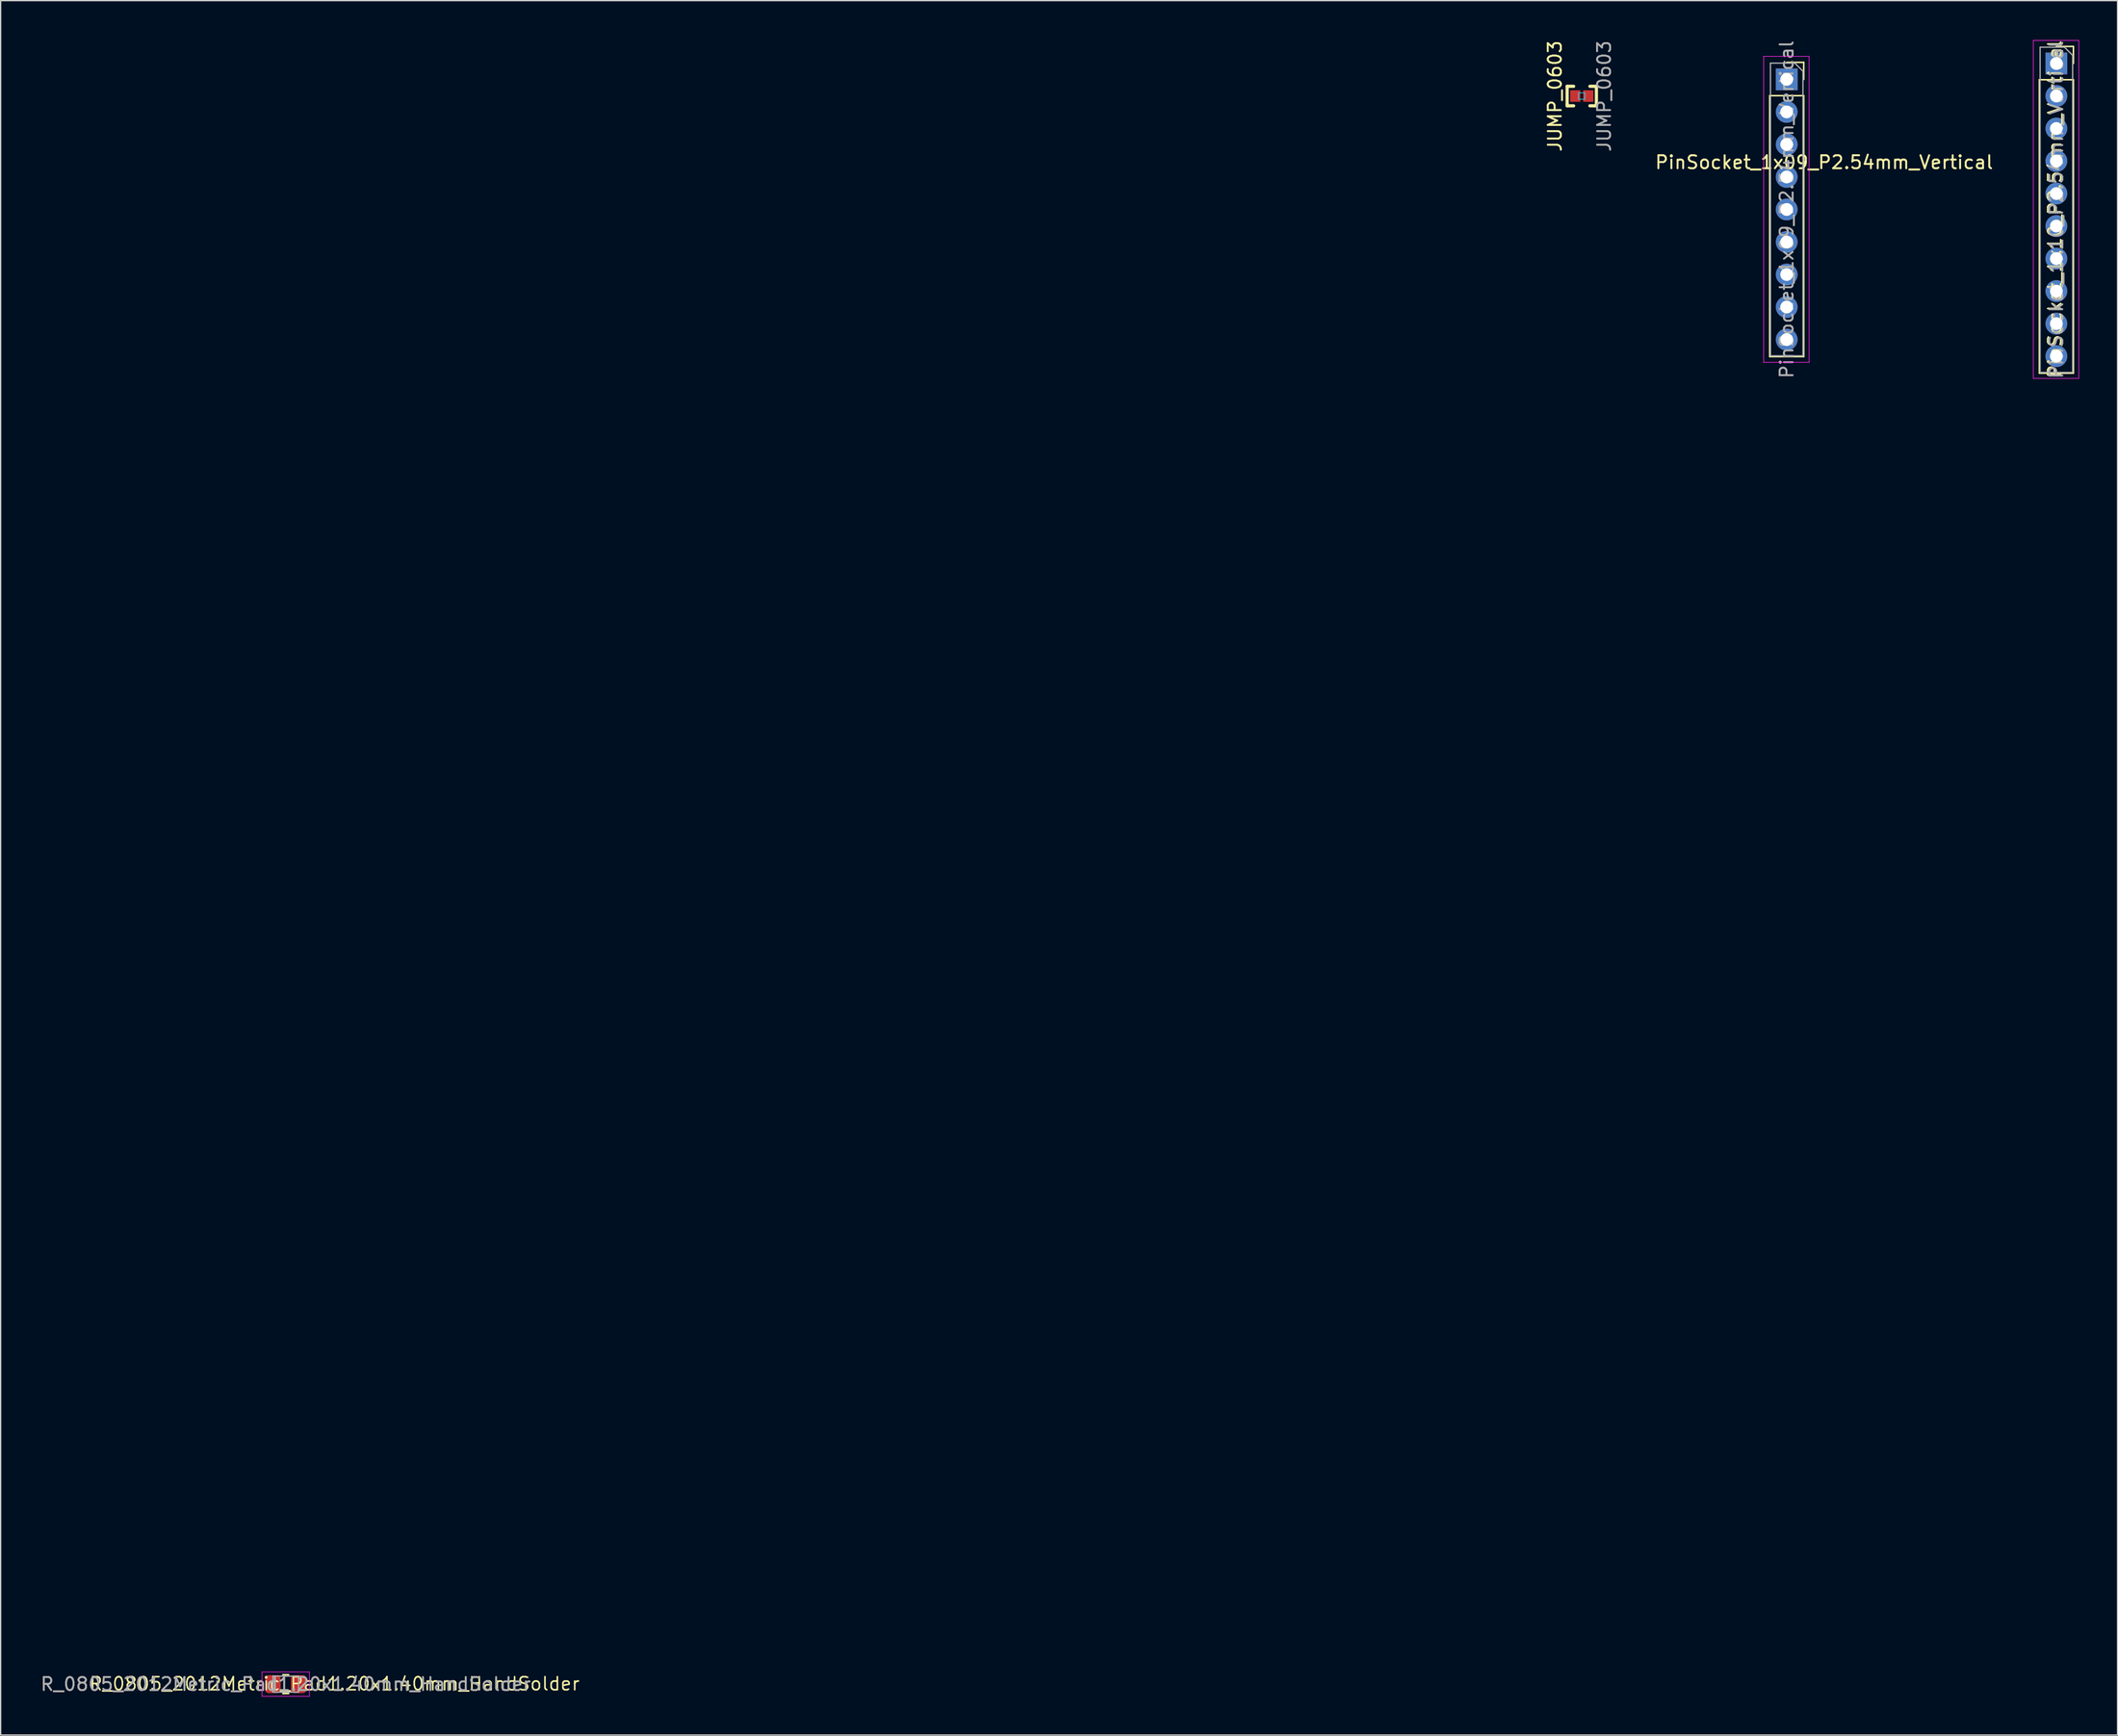
<source format=kicad_pcb>
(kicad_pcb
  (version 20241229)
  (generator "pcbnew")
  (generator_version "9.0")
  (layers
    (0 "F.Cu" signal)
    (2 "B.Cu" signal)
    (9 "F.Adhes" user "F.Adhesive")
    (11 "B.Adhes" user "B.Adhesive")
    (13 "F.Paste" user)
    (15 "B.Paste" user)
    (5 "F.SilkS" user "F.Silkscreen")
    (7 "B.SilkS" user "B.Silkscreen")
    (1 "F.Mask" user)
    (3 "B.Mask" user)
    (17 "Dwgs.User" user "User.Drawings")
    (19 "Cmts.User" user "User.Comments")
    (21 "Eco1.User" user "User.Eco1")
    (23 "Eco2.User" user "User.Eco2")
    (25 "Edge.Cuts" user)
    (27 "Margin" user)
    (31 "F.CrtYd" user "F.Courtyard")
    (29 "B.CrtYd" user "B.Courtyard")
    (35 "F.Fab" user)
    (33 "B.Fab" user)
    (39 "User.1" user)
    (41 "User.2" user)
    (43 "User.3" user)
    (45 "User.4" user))
  (footprint "PinSocket_1x10_P2.54mm_Vertical"
    (layer "F.Cu")
    (at 157.518 1.907)
    (property "Reference" "PinSocket_1x10_P2.54mm_Vertical" (at -0.127 24.638 90) (layer "F.SilkS") (effects (font (size 1.016 1.016) (thickness 0.127)) (justify left)))
    (attr through_hole)
    (fp_line (start -1.33 1.27) (end -1.33 24.19) (stroke (width 0.12) (type solid)) (layer "F.SilkS"))
    (fp_line (start -1.33 1.27) (end 1.33 1.27) (stroke (width 0.12) (type solid)) (layer "F.SilkS"))
    (fp_line (start -1.33 24.19) (end 1.33 24.19) (stroke (width 0.12) (type solid)) (layer "F.SilkS"))
    (fp_line (start 0 -1.33) (end 1.33 -1.33) (stroke (width 0.12) (type solid)) (layer "F.SilkS"))
    (fp_line (start 1.33 -1.33) (end 1.33 0) (stroke (width 0.12) (type solid)) (layer "F.SilkS"))
    (fp_line (start 1.33 1.27) (end 1.33 24.19) (stroke (width 0.12) (type solid)) (layer "F.SilkS"))
    (fp_line (start -1.8 -1.8) (end 1.75 -1.8) (stroke (width 0.05) (type solid)) (layer "F.CrtYd"))
    (fp_line (start -1.8 24.6) (end -1.8 -1.8) (stroke (width 0.05) (type solid)) (layer "F.CrtYd"))
    (fp_line (start 1.75 -1.8) (end 1.75 24.6) (stroke (width 0.05) (type solid)) (layer "F.CrtYd"))
    (fp_line (start 1.75 24.6) (end -1.8 24.6) (stroke (width 0.05) (type solid)) (layer "F.CrtYd"))
    (fp_line (start -1.27 -1.27) (end 0.635 -1.27) (stroke (width 0.1) (type solid)) (layer "F.Fab"))
    (fp_line (start -1.27 24.13) (end -1.27 -1.27) (stroke (width 0.1) (type solid)) (layer "F.Fab"))
    (fp_line (start 0.635 -1.27) (end 1.27 -0.635) (stroke (width 0.1) (type solid)) (layer "F.Fab"))
    (fp_line (start 1.27 -0.635) (end 1.27 24.13) (stroke (width 0.1) (type solid)) (layer "F.Fab"))
    (fp_line (start 1.27 24.13) (end -1.27 24.13) (stroke (width 0.1) (type solid)) (layer "F.Fab"))
    (fp_text user "${REFERENCE}" (at 0 11.43 270) (layer "F.Fab") (effects (font (size 1.016 1.016) (thickness 0.152))))
    (pad "1" thru_hole rect (at 0 0) (size 1.7 1.7) (drill 1) (layers "*.Cu" "*.Mask"))
    (pad "2" thru_hole circle (at 0 2.54) (size 1.7 1.7) (drill 1) (layers "*.Cu" "*.Mask"))
    (pad "3" thru_hole circle (at 0 5.08) (size 1.7 1.7) (drill 1) (layers "*.Cu" "*.Mask"))
    (pad "4" thru_hole circle (at 0 7.62) (size 1.7 1.7) (drill 1) (layers "*.Cu" "*.Mask"))
    (pad "5" thru_hole circle (at 0 10.16) (size 1.7 1.7) (drill 1) (layers "*.Cu" "*.Mask"))
    (pad "6" thru_hole circle (at 0 12.7) (size 1.7 1.7) (drill 1) (layers "*.Cu" "*.Mask"))
    (pad "7" thru_hole circle (at 0 15.24) (size 1.7 1.7) (drill 1) (layers "*.Cu" "*.Mask"))
    (pad "8" thru_hole circle (at 0 17.78) (size 1.7 1.7) (drill 1) (layers "*.Cu" "*.Mask"))
    (pad "9" thru_hole circle (at 0 20.32) (size 1.7 1.7) (drill 1) (layers "*.Cu" "*.Mask"))
    (pad "10" thru_hole circle (at 0 22.86) (size 1.7 1.7) (drill 1) (layers "*.Cu" "*.Mask")))
  (footprint "PinSocket_1x09_P2.54mm_Vertical"
    (layer "F.Cu")
    (at 136.461 3.151)
    (property "Reference" "PinSocket_1x09_P2.54mm_Vertical" (at 2.921 6.477 0) (layer "F.SilkS") (effects (font (size 1.016 1.016) (thickness 0.152))))
    (attr through_hole)
    (fp_line (start -1.33 1.27) (end -1.33 21.65) (stroke (width 0.12) (type solid)) (layer "F.SilkS"))
    (fp_line (start -1.33 1.27) (end 1.33 1.27) (stroke (width 0.12) (type solid)) (layer "F.SilkS"))
    (fp_line (start -1.33 21.65) (end 1.33 21.65) (stroke (width 0.12) (type solid)) (layer "F.SilkS"))
    (fp_line (start 0 -1.33) (end 1.33 -1.33) (stroke (width 0.12) (type solid)) (layer "F.SilkS"))
    (fp_line (start 1.33 -1.33) (end 1.33 0) (stroke (width 0.12) (type solid)) (layer "F.SilkS"))
    (fp_line (start 1.33 1.27) (end 1.33 21.65) (stroke (width 0.12) (type solid)) (layer "F.SilkS"))
    (fp_line (start -1.8 -1.8) (end 1.75 -1.8) (stroke (width 0.05) (type solid)) (layer "F.CrtYd"))
    (fp_line (start -1.8 22.1) (end -1.8 -1.8) (stroke (width 0.05) (type solid)) (layer "F.CrtYd"))
    (fp_line (start 1.75 -1.8) (end 1.75 22.1) (stroke (width 0.05) (type solid)) (layer "F.CrtYd"))
    (fp_line (start 1.75 22.1) (end -1.8 22.1) (stroke (width 0.05) (type solid)) (layer "F.CrtYd"))
    (fp_line (start -1.27 -1.27) (end 0.635 -1.27) (stroke (width 0.1) (type solid)) (layer "F.Fab"))
    (fp_line (start -1.27 21.59) (end -1.27 -1.27) (stroke (width 0.1) (type solid)) (layer "F.Fab"))
    (fp_line (start 0.635 -1.27) (end 1.27 -0.635) (stroke (width 0.1) (type solid)) (layer "F.Fab"))
    (fp_line (start 1.27 -0.635) (end 1.27 21.59) (stroke (width 0.1) (type solid)) (layer "F.Fab"))
    (fp_line (start 1.27 21.59) (end -1.27 21.59) (stroke (width 0.1) (type solid)) (layer "F.Fab"))
    (fp_text user "${REFERENCE}" (at 0 10.16 90) (layer "F.Fab") (effects (font (size 1.016 1.016) (thickness 0.152))))
    (pad "1" thru_hole rect (at 0 0) (size 1.7 1.7) (drill 1) (layers "*.Cu" "*.Mask"))
    (pad "2" thru_hole circle (at 0 2.54) (size 1.7 1.7) (drill 1) (layers "*.Cu" "*.Mask"))
    (pad "3" thru_hole circle (at 0 5.08) (size 1.7 1.7) (drill 1) (layers "*.Cu" "*.Mask"))
    (pad "4" thru_hole circle (at 0 7.62) (size 1.7 1.7) (drill 1) (layers "*.Cu" "*.Mask"))
    (pad "5" thru_hole circle (at 0 10.16) (size 1.7 1.7) (drill 1) (layers "*.Cu" "*.Mask"))
    (pad "6" thru_hole circle (at 0 12.7) (size 1.7 1.7) (drill 1) (layers "*.Cu" "*.Mask"))
    (pad "7" thru_hole circle (at 0 15.24) (size 1.7 1.7) (drill 1) (layers "*.Cu" "*.Mask"))
    (pad "8" thru_hole circle (at 0 17.78) (size 1.7 1.7) (drill 1) (layers "*.Cu" "*.Mask"))
    (pad "9" thru_hole circle (at 0 20.32) (size 1.7 1.7) (drill 1) (layers "*.Cu" "*.Mask")))
  (footprint "JUMP_0603"
    (layer "F.Cu")
    (at 120.459 4.452)
    (property "Reference" "JUMP_0603" (at -2.695 0.005 90) (layer "F.SilkS") (effects (font (size 1.016 1.016) (thickness 0.152)) (justify top)))
    (fp_line (start -1.143 -0.762) (end -1.143 0.635) (stroke (width 0.25) (type default)) (layer "F.SilkS"))
    (fp_line (start -1.143 0.635) (end -1.143 0.762) (stroke (width 0.25) (type default)) (layer "F.SilkS"))
    (fp_line (start -1.143 0.762) (end -0.635 0.762) (stroke (width 0.25) (type default)) (layer "F.SilkS"))
    (fp_line (start -0.635 -0.762) (end -1.143 -0.762) (stroke (width 0.25) (type default)) (layer "F.SilkS"))
    (fp_line (start 0.635 -0.762) (end 1.143 -0.762) (stroke (width 0.25) (type default)) (layer "F.SilkS"))
    (fp_line (start 1.143 -0.762) (end 1.143 0.762) (stroke (width 0.25) (type default)) (layer "F.SilkS"))
    (fp_line (start 1.143 0.762) (end 0.635 0.762) (stroke (width 0.25) (type default)) (layer "F.SilkS"))
    (fp_rect (start -0.25 -0.25) (end 0.25 0.25) (stroke (width 0.05) (type default)) (fill no) (layer "B.CrtYd"))
    (fp_circle (center -0.8 0.4) (end -0.8 0.43) (stroke (width 0.06) (type default)) (fill no) (layer "User.5"))
    (fp_text user "${REFERENCE}" (at 1.75 0.005 90) (layer "F.Fab") (effects (font (size 1.016 1.016) (thickness 0.152))))
    (pad "1" smd rect (at -0.508 0 180) (size 0.8 0.9) (layers "F.Cu" "F.Mask" "F.Paste"))
    (pad "2" smd rect (at 0.508 0 180) (size 0.8 0.9) (layers "F.Cu" "F.Mask" "F.Paste"))
    (zone (net_name "") (layer "User.3") (hatch edge 0.5) (priority 100) (connect_pads yes) (min_thickness 0) (filled_areas_thickness no) (fill yes) (polygon (pts (xy 0 124.511) (xy 0 123.711) (xy 1.6 123.711) (xy 1.6 124.511))) (filled_polygon (layer "User.3") (island) (pts (xy 0 124.511) (xy 0 123.711) (xy 1.6 123.711) (xy 1.6 124.511))))
    (zone (net_name "") (layer "User.4") (hatch edge 0.5) (priority 100) (connect_pads yes) (min_thickness 0) (filled_areas_thickness no) (fill yes) (polygon (pts (xy 0 124.511) (xy 0 123.711) (xy 0.3 123.711) (xy 0.3 124.511))) (filled_polygon (layer "User.4") (island) (pts (xy 0 124.511) (xy 0 123.711) (xy 0.3 123.711) (xy 0.3 124.511))))
    (zone (net_name "") (layer "User.4") (hatch edge 0.5) (priority 100) (connect_pads yes) (min_thickness 0) (filled_areas_thickness no) (fill yes) (polygon (pts (xy 1.6 124.511) (xy 1.6 123.711) (xy 1.3 123.711) (xy 1.3 124.511))) (filled_polygon (layer "User.4") (island) (pts (xy 1.6 124.511) (xy 1.6 123.711) (xy 1.3 123.711) (xy 1.3 124.511)))))
  (footprint "R_0805_2012Metric_Pad1.20x1.40mm_HandSolder"
    (layer "F.Cu")
    (at 19.262 128.486)
    (property "Reference" "R_0805_2012Metric_Pad1.20x1.40mm_HandSolder" (at 3.815 -0.028 0) (layer "F.SilkS") (effects (font (size 1.016 1.016) (thickness 0.127))))
    (attr smd)
    (fp_line (start -0.227 -0.735) (end 0.227 -0.735) (stroke (width 0.12) (type solid)) (layer "F.SilkS"))
    (fp_line (start -0.227 0.735) (end 0.227 0.735) (stroke (width 0.12) (type solid)) (layer "F.SilkS"))
    (fp_line (start -1.85 -0.95) (end 1.85 -0.95) (stroke (width 0.05) (type solid)) (layer "F.CrtYd"))
    (fp_line (start -1.85 0.95) (end -1.85 -0.95) (stroke (width 0.05) (type solid)) (layer "F.CrtYd"))
    (fp_line (start 1.85 -0.95) (end 1.85 0.95) (stroke (width 0.05) (type solid)) (layer "F.CrtYd"))
    (fp_line (start 1.85 0.95) (end -1.85 0.95) (stroke (width 0.05) (type solid)) (layer "F.CrtYd"))
    (fp_line (start -1 -0.625) (end 1 -0.625) (stroke (width 0.1) (type solid)) (layer "F.Fab"))
    (fp_line (start -1 0.625) (end -1 -0.625) (stroke (width 0.1) (type solid)) (layer "F.Fab"))
    (fp_line (start 1 -0.625) (end 1 0.625) (stroke (width 0.1) (type solid)) (layer "F.Fab"))
    (fp_line (start 1 0.625) (end -1 0.625) (stroke (width 0.1) (type solid)) (layer "F.Fab"))
    (fp_text user "${REFERENCE}" (at 0 0 0) (layer "F.Fab") (effects (font (size 1.016 1.016) (thickness 0.152))))
    (pad "1" smd roundrect (at -1 0) (size 1.2 1.4) (layers "F.Cu" "F.Mask" "F.Paste") (roundrect_rratio 0.208))
    (pad "2" smd roundrect (at 1 0) (size 1.2 1.4) (layers "F.Cu" "F.Mask" "F.Paste") (roundrect_rratio 0.208)))
  (gr_rect
    (start -3 -3)
    (end 162.293 132.461)
    (stroke (width 0.1) (type default))
    (fill no)
    (layer "Edge.Cuts")))
</source>
